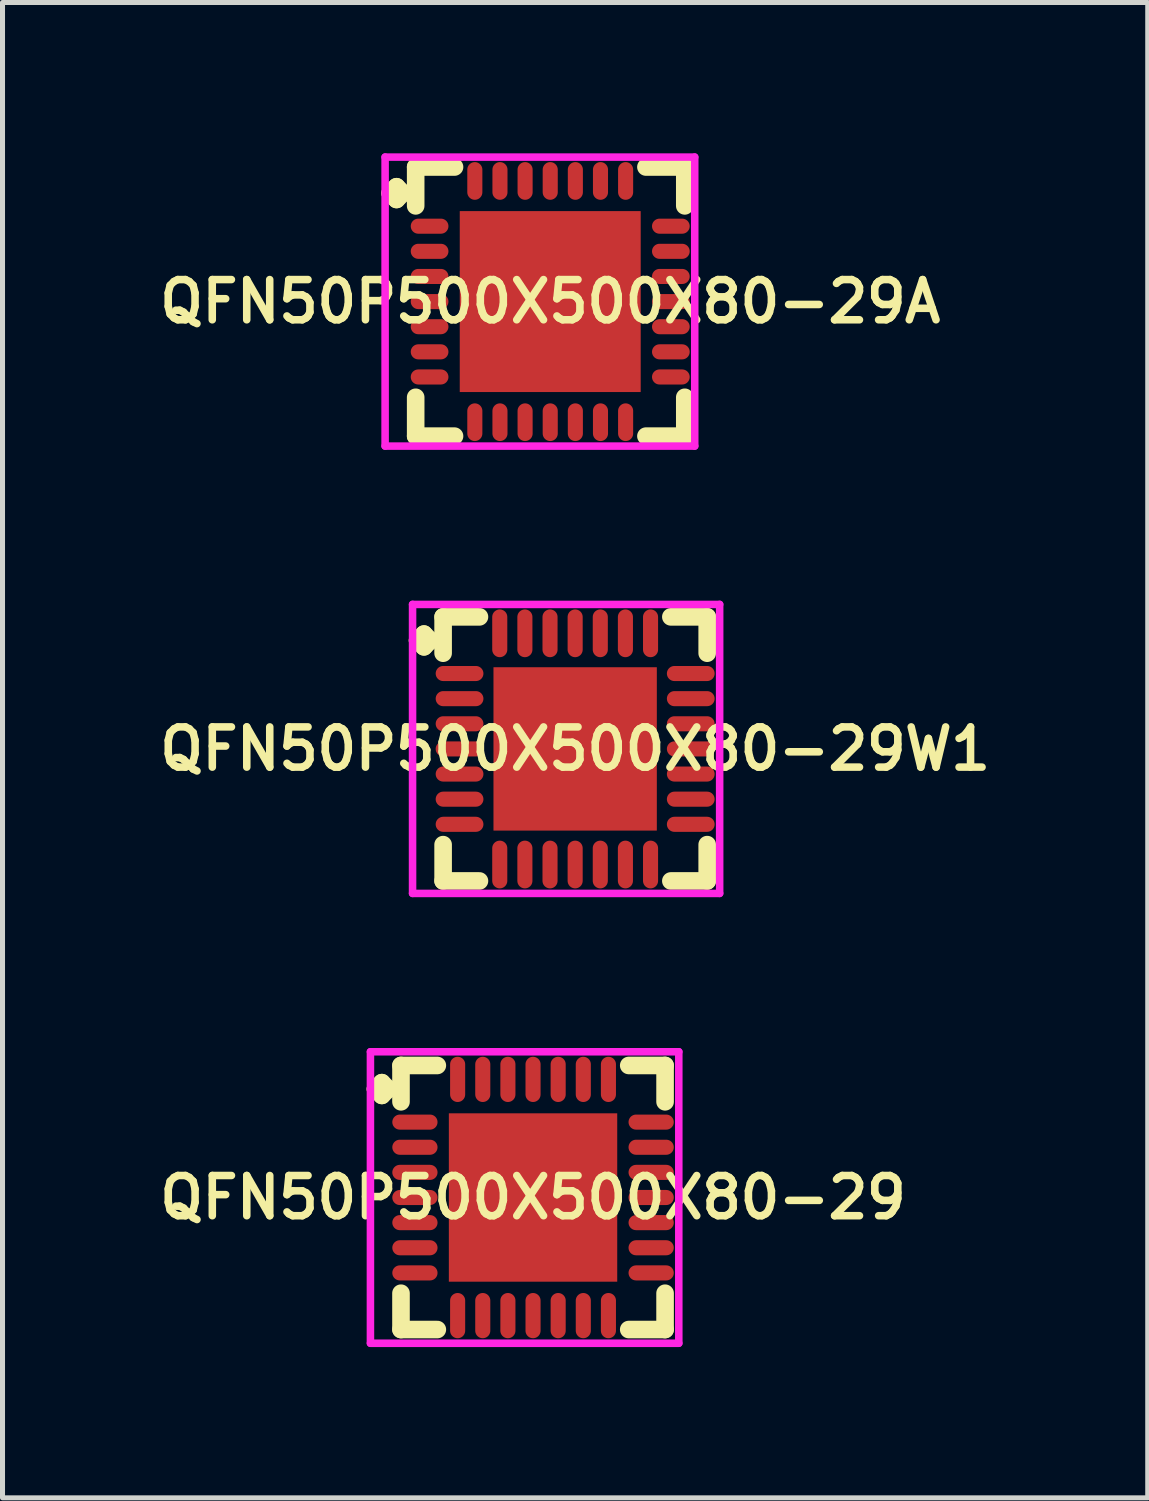
<source format=kicad_pcb>
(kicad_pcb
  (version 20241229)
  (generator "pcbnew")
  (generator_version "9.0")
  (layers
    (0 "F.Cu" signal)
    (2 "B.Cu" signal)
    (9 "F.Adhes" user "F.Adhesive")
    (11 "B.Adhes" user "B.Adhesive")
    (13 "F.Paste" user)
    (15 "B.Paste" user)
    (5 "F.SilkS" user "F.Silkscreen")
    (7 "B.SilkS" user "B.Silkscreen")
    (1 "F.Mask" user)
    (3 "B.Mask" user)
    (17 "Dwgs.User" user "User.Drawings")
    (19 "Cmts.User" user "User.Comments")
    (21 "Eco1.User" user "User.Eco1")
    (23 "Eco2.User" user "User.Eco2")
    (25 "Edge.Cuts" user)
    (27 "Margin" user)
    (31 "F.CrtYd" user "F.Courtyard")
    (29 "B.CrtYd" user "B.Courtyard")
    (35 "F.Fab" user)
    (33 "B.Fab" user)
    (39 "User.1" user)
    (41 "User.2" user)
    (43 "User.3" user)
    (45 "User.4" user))
  (footprint "QFN50P500X500X80-29"
    (layer "F.Cu")
    (at 7.555 20.775)
    (property "Reference" "QFN50P500X500X80-29" (at 0 0 0) (layer "F.SilkS") (effects (font (size 0.8 0.8) (thickness 0.15))))
    (attr smd)
    (fp_line (start -3.135 -2.158) (end -3.008 -2.285) (stroke (width 0.35) (type solid)) (layer "F.SilkS"))
    (fp_line (start -3.008 -2.285) (end -2.881 -2.158) (stroke (width 0.35) (type solid)) (layer "F.SilkS"))
    (fp_line (start -3.008 -2.031) (end -3.135 -2.158) (stroke (width 0.35) (type solid)) (layer "F.SilkS"))
    (fp_line (start -2.881 -2.158) (end -3.008 -2.031) (stroke (width 0.35) (type solid)) (layer "F.SilkS"))
    (fp_line (start -2.627 -2.627) (end -1.904 -2.627) (stroke (width 0.35) (type solid)) (layer "F.SilkS"))
    (fp_line (start -2.627 -1.904) (end -2.627 -2.627) (stroke (width 0.35) (type solid)) (layer "F.SilkS"))
    (fp_line (start -2.627 1.904) (end -2.627 2.627) (stroke (width 0.35) (type solid)) (layer "F.SilkS"))
    (fp_line (start -2.627 2.627) (end -1.904 2.627) (stroke (width 0.35) (type solid)) (layer "F.SilkS"))
    (fp_line (start 1.904 -2.627) (end 2.627 -2.627) (stroke (width 0.35) (type solid)) (layer "F.SilkS"))
    (fp_line (start 1.904 2.627) (end 2.627 2.627) (stroke (width 0.35) (type solid)) (layer "F.SilkS"))
    (fp_line (start 2.627 -2.627) (end 2.627 -1.904) (stroke (width 0.35) (type solid)) (layer "F.SilkS"))
    (fp_line (start 2.627 2.627) (end 2.627 1.904) (stroke (width 0.35) (type solid)) (layer "F.SilkS"))
    (fp_line (start -3.235 -2.9) (end 2.9 -2.9) (stroke (width 0.15) (type solid)) (layer "F.CrtYd"))
    (fp_line (start -3.235 2.9) (end -3.235 -2.9) (stroke (width 0.15) (type solid)) (layer "F.CrtYd"))
    (fp_line (start 2.9 -2.9) (end 2.9 2.9) (stroke (width 0.15) (type solid)) (layer "F.CrtYd"))
    (fp_line (start 2.9 2.9) (end -3.235 2.9) (stroke (width 0.15) (type solid)) (layer "F.CrtYd"))
    (pad "1" smd oval (at -2.35 -1.5) (size 0.9 0.3) (layers "F.Cu" "F.Mask" "F.Paste"))
    (pad "2" smd oval (at -2.35 -1) (size 0.9 0.3) (layers "F.Cu" "F.Mask" "F.Paste"))
    (pad "3" smd oval (at -2.35 -0.5) (size 0.9 0.3) (layers "F.Cu" "F.Mask" "F.Paste"))
    (pad "4" smd oval (at -2.35 0) (size 0.9 0.3) (layers "F.Cu" "F.Mask" "F.Paste"))
    (pad "5" smd oval (at -2.35 0.5) (size 0.9 0.3) (layers "F.Cu" "F.Mask" "F.Paste"))
    (pad "6" smd oval (at -2.35 1) (size 0.9 0.3) (layers "F.Cu" "F.Mask" "F.Paste"))
    (pad "7" smd oval (at -2.35 1.5) (size 0.9 0.3) (layers "F.Cu" "F.Mask" "F.Paste"))
    (pad "8" smd oval (at -1.5 2.35) (size 0.3 0.9) (layers "F.Cu" "F.Mask" "F.Paste"))
    (pad "9" smd oval (at -1 2.35) (size 0.3 0.9) (layers "F.Cu" "F.Mask" "F.Paste"))
    (pad "10" smd oval (at -0.5 2.35) (size 0.3 0.9) (layers "F.Cu" "F.Mask" "F.Paste"))
    (pad "11" smd oval (at 0 2.35) (size 0.3 0.9) (layers "F.Cu" "F.Mask" "F.Paste"))
    (pad "12" smd oval (at 0.5 2.35) (size 0.3 0.9) (layers "F.Cu" "F.Mask" "F.Paste"))
    (pad "13" smd oval (at 1 2.35) (size 0.3 0.9) (layers "F.Cu" "F.Mask" "F.Paste"))
    (pad "14" smd oval (at 1.5 2.35) (size 0.3 0.9) (layers "F.Cu" "F.Mask" "F.Paste"))
    (pad "15" smd oval (at 2.35 1.5) (size 0.9 0.3) (layers "F.Cu" "F.Mask" "F.Paste"))
    (pad "16" smd oval (at 2.35 1) (size 0.9 0.3) (layers "F.Cu" "F.Mask" "F.Paste"))
    (pad "17" smd oval (at 2.35 0.5) (size 0.9 0.3) (layers "F.Cu" "F.Mask" "F.Paste"))
    (pad "18" smd oval (at 2.35 0) (size 0.9 0.3) (layers "F.Cu" "F.Mask" "F.Paste"))
    (pad "19" smd oval (at 2.35 -0.5) (size 0.9 0.3) (layers "F.Cu" "F.Mask" "F.Paste"))
    (pad "20" smd oval (at 2.35 -1) (size 0.9 0.3) (layers "F.Cu" "F.Mask" "F.Paste"))
    (pad "21" smd oval (at 2.35 -1.5) (size 0.9 0.3) (layers "F.Cu" "F.Mask" "F.Paste"))
    (pad "22" smd oval (at 1.5 -2.35) (size 0.3 0.9) (layers "F.Cu" "F.Mask" "F.Paste"))
    (pad "23" smd oval (at 1 -2.35) (size 0.3 0.9) (layers "F.Cu" "F.Mask" "F.Paste"))
    (pad "24" smd oval (at 0.5 -2.35) (size 0.3 0.9) (layers "F.Cu" "F.Mask" "F.Paste"))
    (pad "25" smd oval (at 0 -2.35) (size 0.3 0.9) (layers "F.Cu" "F.Mask" "F.Paste"))
    (pad "26" smd oval (at -0.5 -2.35) (size 0.3 0.9) (layers "F.Cu" "F.Mask" "F.Paste"))
    (pad "27" smd oval (at -1 -2.35) (size 0.3 0.9) (layers "F.Cu" "F.Mask" "F.Paste"))
    (pad "28" smd oval (at -1.5 -2.35) (size 0.3 0.9) (layers "F.Cu" "F.Mask" "F.Paste"))
    (pad "29" smd rect (at 0 0) (size 3.35 3.35) (layers "F.Cu" "F.Mask" "F.Paste")))
  (footprint "QFN50P500X500X80-29W1"
    (layer "F.Cu")
    (at 8.393 11.85)
    (property "Reference" "QFN50P500X500X80-29W1" (at 0 0 0) (layer "F.SilkS") (effects (font (size 0.8 0.8) (thickness 0.15))))
    (attr smd)
    (fp_line (start -3.135 -2.158) (end -3.008 -2.285) (stroke (width 0.35) (type solid)) (layer "F.SilkS"))
    (fp_line (start -3.008 -2.285) (end -2.881 -2.158) (stroke (width 0.35) (type solid)) (layer "F.SilkS"))
    (fp_line (start -3.008 -2.031) (end -3.135 -2.158) (stroke (width 0.35) (type solid)) (layer "F.SilkS"))
    (fp_line (start -2.881 -2.158) (end -3.008 -2.031) (stroke (width 0.35) (type solid)) (layer "F.SilkS"))
    (fp_line (start -2.627 -2.627) (end -1.904 -2.627) (stroke (width 0.35) (type solid)) (layer "F.SilkS"))
    (fp_line (start -2.627 -1.904) (end -2.627 -2.627) (stroke (width 0.35) (type solid)) (layer "F.SilkS"))
    (fp_line (start -2.627 1.904) (end -2.627 2.627) (stroke (width 0.35) (type solid)) (layer "F.SilkS"))
    (fp_line (start -2.627 2.627) (end -1.904 2.627) (stroke (width 0.35) (type solid)) (layer "F.SilkS"))
    (fp_line (start 1.904 -2.627) (end 2.627 -2.627) (stroke (width 0.35) (type solid)) (layer "F.SilkS"))
    (fp_line (start 1.904 2.627) (end 2.627 2.627) (stroke (width 0.35) (type solid)) (layer "F.SilkS"))
    (fp_line (start 2.627 -2.627) (end 2.627 -1.904) (stroke (width 0.35) (type solid)) (layer "F.SilkS"))
    (fp_line (start 2.627 2.627) (end 2.627 1.904) (stroke (width 0.35) (type solid)) (layer "F.SilkS"))
    (fp_line (start -3.235 -2.875) (end 2.875 -2.875) (stroke (width 0.15) (type solid)) (layer "F.CrtYd"))
    (fp_line (start -3.235 2.875) (end -3.235 -2.875) (stroke (width 0.15) (type solid)) (layer "F.CrtYd"))
    (fp_line (start 2.875 -2.875) (end 2.875 2.875) (stroke (width 0.15) (type solid)) (layer "F.CrtYd"))
    (fp_line (start 2.875 2.875) (end -3.235 2.875) (stroke (width 0.15) (type solid)) (layer "F.CrtYd"))
    (pad "1" smd oval (at -2.3 -1.5) (size 0.95 0.3) (layers "F.Cu" "F.Mask" "F.Paste"))
    (pad "2" smd oval (at -2.3 -1) (size 0.95 0.3) (layers "F.Cu" "F.Mask" "F.Paste"))
    (pad "3" smd oval (at -2.3 -0.5) (size 0.95 0.3) (layers "F.Cu" "F.Mask" "F.Paste"))
    (pad "4" smd oval (at -2.3 0) (size 0.95 0.3) (layers "F.Cu" "F.Mask" "F.Paste"))
    (pad "5" smd oval (at -2.3 0.5) (size 0.95 0.3) (layers "F.Cu" "F.Mask" "F.Paste"))
    (pad "6" smd oval (at -2.3 1) (size 0.95 0.3) (layers "F.Cu" "F.Mask" "F.Paste"))
    (pad "7" smd oval (at -2.3 1.5) (size 0.95 0.3) (layers "F.Cu" "F.Mask" "F.Paste"))
    (pad "8" smd oval (at -1.5 2.3) (size 0.3 0.95) (layers "F.Cu" "F.Mask" "F.Paste"))
    (pad "9" smd oval (at -1 2.3) (size 0.3 0.95) (layers "F.Cu" "F.Mask" "F.Paste"))
    (pad "10" smd oval (at -0.5 2.3) (size 0.3 0.95) (layers "F.Cu" "F.Mask" "F.Paste"))
    (pad "11" smd oval (at 0 2.3) (size 0.3 0.95) (layers "F.Cu" "F.Mask" "F.Paste"))
    (pad "12" smd oval (at 0.5 2.3) (size 0.3 0.95) (layers "F.Cu" "F.Mask" "F.Paste"))
    (pad "13" smd oval (at 1 2.3) (size 0.3 0.95) (layers "F.Cu" "F.Mask" "F.Paste"))
    (pad "14" smd oval (at 1.5 2.3) (size 0.3 0.95) (layers "F.Cu" "F.Mask" "F.Paste"))
    (pad "15" smd oval (at 2.3 1.5) (size 0.95 0.3) (layers "F.Cu" "F.Mask" "F.Paste"))
    (pad "16" smd oval (at 2.3 1) (size 0.95 0.3) (layers "F.Cu" "F.Mask" "F.Paste"))
    (pad "17" smd oval (at 2.3 0.5) (size 0.95 0.3) (layers "F.Cu" "F.Mask" "F.Paste"))
    (pad "18" smd oval (at 2.3 0) (size 0.95 0.3) (layers "F.Cu" "F.Mask" "F.Paste"))
    (pad "19" smd oval (at 2.3 -0.5) (size 0.95 0.3) (layers "F.Cu" "F.Mask" "F.Paste"))
    (pad "20" smd oval (at 2.3 -1) (size 0.95 0.3) (layers "F.Cu" "F.Mask" "F.Paste"))
    (pad "21" smd oval (at 2.3 -1.5) (size 0.95 0.3) (layers "F.Cu" "F.Mask" "F.Paste"))
    (pad "22" smd oval (at 1.5 -2.3) (size 0.3 0.95) (layers "F.Cu" "F.Mask" "F.Paste"))
    (pad "23" smd oval (at 1 -2.3) (size 0.3 0.95) (layers "F.Cu" "F.Mask" "F.Paste"))
    (pad "24" smd oval (at 0.5 -2.3) (size 0.3 0.95) (layers "F.Cu" "F.Mask" "F.Paste"))
    (pad "25" smd oval (at 0 -2.3) (size 0.3 0.95) (layers "F.Cu" "F.Mask" "F.Paste"))
    (pad "26" smd oval (at -0.5 -2.3) (size 0.3 0.95) (layers "F.Cu" "F.Mask" "F.Paste"))
    (pad "27" smd oval (at -1 -2.3) (size 0.3 0.95) (layers "F.Cu" "F.Mask" "F.Paste"))
    (pad "28" smd oval (at -1.5 -2.3) (size 0.3 0.95) (layers "F.Cu" "F.Mask" "F.Paste"))
    (pad "29" smd rect (at 0 0) (size 3.25 3.25) (layers "F.Cu" "F.Mask" "F.Paste")))
  (footprint "QFN50P500X500X80-29A"
    (layer "F.Cu")
    (at 7.897 2.95)
    (property "Reference" "QFN50P500X500X80-29A" (at 0 0 0) (layer "F.SilkS") (effects (font (size 0.8 0.8) (thickness 0.15))))
    (attr smd)
    (fp_line (start -3.185 -2.158) (end -3.058 -2.285) (stroke (width 0.35) (type solid)) (layer "F.SilkS"))
    (fp_line (start -3.058 -2.285) (end -2.931 -2.158) (stroke (width 0.35) (type solid)) (layer "F.SilkS"))
    (fp_line (start -3.058 -2.031) (end -3.185 -2.158) (stroke (width 0.35) (type solid)) (layer "F.SilkS"))
    (fp_line (start -2.931 -2.158) (end -3.058 -2.031) (stroke (width 0.35) (type solid)) (layer "F.SilkS"))
    (fp_line (start -2.677 -2.677) (end -1.904 -2.677) (stroke (width 0.35) (type solid)) (layer "F.SilkS"))
    (fp_line (start -2.677 -1.904) (end -2.677 -2.677) (stroke (width 0.35) (type solid)) (layer "F.SilkS"))
    (fp_line (start -2.677 1.904) (end -2.677 2.677) (stroke (width 0.35) (type solid)) (layer "F.SilkS"))
    (fp_line (start -2.677 2.677) (end -1.904 2.677) (stroke (width 0.35) (type solid)) (layer "F.SilkS"))
    (fp_line (start 1.904 -2.677) (end 2.677 -2.677) (stroke (width 0.35) (type solid)) (layer "F.SilkS"))
    (fp_line (start 1.904 2.677) (end 2.677 2.677) (stroke (width 0.35) (type solid)) (layer "F.SilkS"))
    (fp_line (start 2.677 -2.677) (end 2.677 -1.904) (stroke (width 0.35) (type solid)) (layer "F.SilkS"))
    (fp_line (start 2.677 2.677) (end 2.677 1.904) (stroke (width 0.35) (type solid)) (layer "F.SilkS"))
    (fp_line (start -3.285 -2.875) (end 2.875 -2.875) (stroke (width 0.15) (type solid)) (layer "F.CrtYd"))
    (fp_line (start -3.285 2.875) (end -3.285 -2.875) (stroke (width 0.15) (type solid)) (layer "F.CrtYd"))
    (fp_line (start 2.875 -2.875) (end 2.875 2.875) (stroke (width 0.15) (type solid)) (layer "F.CrtYd"))
    (fp_line (start 2.875 2.875) (end -3.285 2.875) (stroke (width 0.15) (type solid)) (layer "F.CrtYd"))
    (pad "1" smd oval (at -2.4 -1.5) (size 0.75 0.3) (layers "F.Cu" "F.Mask" "F.Paste"))
    (pad "2" smd oval (at -2.4 -1) (size 0.75 0.3) (layers "F.Cu" "F.Mask" "F.Paste"))
    (pad "3" smd oval (at -2.4 -0.5) (size 0.75 0.3) (layers "F.Cu" "F.Mask" "F.Paste"))
    (pad "4" smd oval (at -2.4 0) (size 0.75 0.3) (layers "F.Cu" "F.Mask" "F.Paste"))
    (pad "5" smd oval (at -2.4 0.5) (size 0.75 0.3) (layers "F.Cu" "F.Mask" "F.Paste"))
    (pad "6" smd oval (at -2.4 1) (size 0.75 0.3) (layers "F.Cu" "F.Mask" "F.Paste"))
    (pad "7" smd oval (at -2.4 1.5) (size 0.75 0.3) (layers "F.Cu" "F.Mask" "F.Paste"))
    (pad "8" smd oval (at -1.5 2.4) (size 0.3 0.75) (layers "F.Cu" "F.Mask" "F.Paste"))
    (pad "9" smd oval (at -1 2.4) (size 0.3 0.75) (layers "F.Cu" "F.Mask" "F.Paste"))
    (pad "10" smd oval (at -0.5 2.4) (size 0.3 0.75) (layers "F.Cu" "F.Mask" "F.Paste"))
    (pad "11" smd oval (at 0 2.4) (size 0.3 0.75) (layers "F.Cu" "F.Mask" "F.Paste"))
    (pad "12" smd oval (at 0.5 2.4) (size 0.3 0.75) (layers "F.Cu" "F.Mask" "F.Paste"))
    (pad "13" smd oval (at 1 2.4) (size 0.3 0.75) (layers "F.Cu" "F.Mask" "F.Paste"))
    (pad "14" smd oval (at 1.5 2.4) (size 0.3 0.75) (layers "F.Cu" "F.Mask" "F.Paste"))
    (pad "15" smd oval (at 2.4 1.5) (size 0.75 0.3) (layers "F.Cu" "F.Mask" "F.Paste"))
    (pad "16" smd oval (at 2.4 1) (size 0.75 0.3) (layers "F.Cu" "F.Mask" "F.Paste"))
    (pad "17" smd oval (at 2.4 0.5) (size 0.75 0.3) (layers "F.Cu" "F.Mask" "F.Paste"))
    (pad "18" smd oval (at 2.4 0) (size 0.75 0.3) (layers "F.Cu" "F.Mask" "F.Paste"))
    (pad "19" smd oval (at 2.4 -0.5) (size 0.75 0.3) (layers "F.Cu" "F.Mask" "F.Paste"))
    (pad "20" smd oval (at 2.4 -1) (size 0.75 0.3) (layers "F.Cu" "F.Mask" "F.Paste"))
    (pad "21" smd oval (at 2.4 -1.5) (size 0.75 0.3) (layers "F.Cu" "F.Mask" "F.Paste"))
    (pad "22" smd oval (at 1.5 -2.4) (size 0.3 0.75) (layers "F.Cu" "F.Mask" "F.Paste"))
    (pad "23" smd oval (at 1 -2.4) (size 0.3 0.75) (layers "F.Cu" "F.Mask" "F.Paste"))
    (pad "24" smd oval (at 0.5 -2.4) (size 0.3 0.75) (layers "F.Cu" "F.Mask" "F.Paste"))
    (pad "25" smd oval (at 0 -2.4) (size 0.3 0.75) (layers "F.Cu" "F.Mask" "F.Paste"))
    (pad "26" smd oval (at -0.5 -2.4) (size 0.3 0.75) (layers "F.Cu" "F.Mask" "F.Paste"))
    (pad "27" smd oval (at -1 -2.4) (size 0.3 0.75) (layers "F.Cu" "F.Mask" "F.Paste"))
    (pad "28" smd oval (at -1.5 -2.4) (size 0.3 0.75) (layers "F.Cu" "F.Mask" "F.Paste"))
    (pad "29" smd rect (at 0 0) (size 3.6 3.6) (layers "F.Cu" "F.Mask" "F.Paste")))
  (gr_rect
    (start -3 -3)
    (end 19.785 26.75)
    (stroke (width 0.1) (type default))
    (fill no)
    (layer "Edge.Cuts")))
</source>
